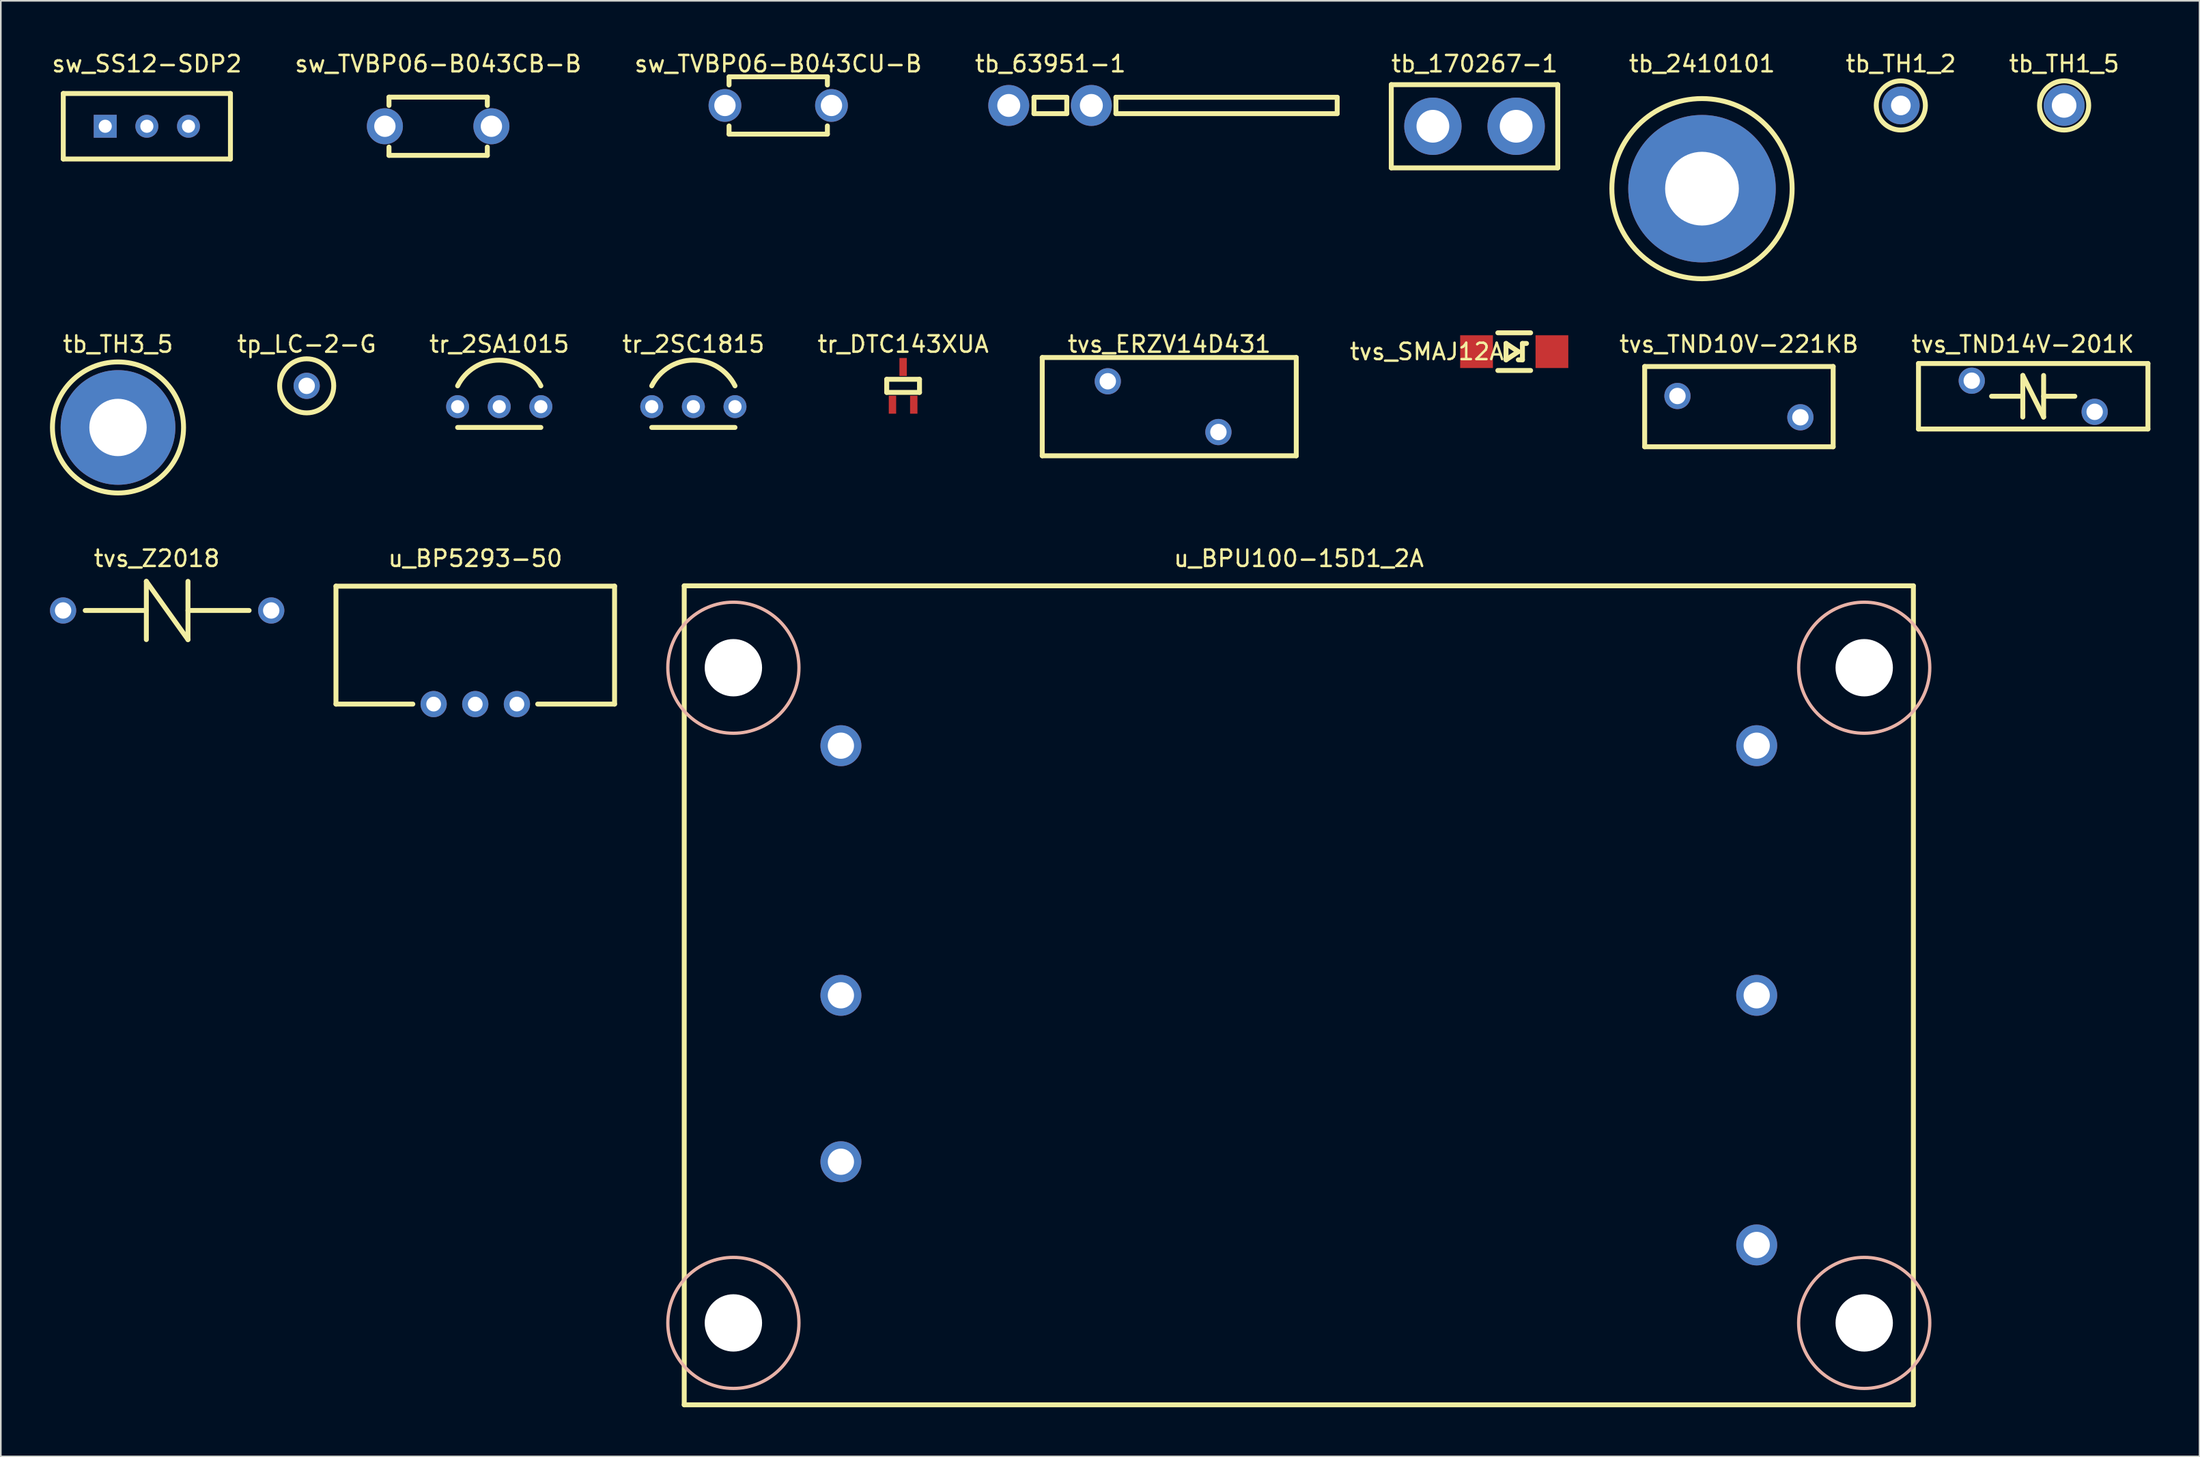
<source format=kicad_pcb>
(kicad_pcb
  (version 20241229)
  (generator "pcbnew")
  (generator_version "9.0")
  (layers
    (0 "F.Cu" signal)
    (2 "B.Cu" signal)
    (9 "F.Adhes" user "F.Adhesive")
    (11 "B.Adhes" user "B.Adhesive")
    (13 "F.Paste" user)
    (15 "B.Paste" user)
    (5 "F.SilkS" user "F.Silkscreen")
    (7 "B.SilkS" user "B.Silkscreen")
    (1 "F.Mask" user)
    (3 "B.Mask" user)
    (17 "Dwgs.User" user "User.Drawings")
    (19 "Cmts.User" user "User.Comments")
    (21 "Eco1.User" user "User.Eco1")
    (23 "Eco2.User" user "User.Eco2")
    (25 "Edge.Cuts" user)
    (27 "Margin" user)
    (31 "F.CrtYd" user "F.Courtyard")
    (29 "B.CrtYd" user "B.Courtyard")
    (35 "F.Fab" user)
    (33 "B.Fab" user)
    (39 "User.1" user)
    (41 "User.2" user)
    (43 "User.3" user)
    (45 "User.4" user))
  (footprint "tp_LC-2-G"
    (layer "F.Cu")
    (at 15.663 20.506)
    (property "Reference" "tp_LC-2-G" (at 0 -2.54 0) (layer "F.SilkS") (effects (font (size 1 1) (thickness 0.15))))
    (attr through_hole)
    (fp_circle (center 0 0) (end 1.65 0) (stroke (width 0.3) (type solid)) (fill no) (layer "F.SilkS"))
    (pad "1" thru_hole circle (at 0 0) (size 1.6 1.6) (drill 1) (layers "*.Cu" "*.Mask")))
  (footprint "tb_TH3_5"
    (layer "F.Cu")
    (at 4.15 23.047)
    (property "Reference" "tb_TH3_5" (at 0 -5.08 0) (layer "F.SilkS") (effects (font (size 1 1) (thickness 0.15))))
    (attr through_hole)
    (fp_circle (center 0 0) (end 4 0) (stroke (width 0.3) (type solid)) (fill no) (layer "F.SilkS"))
    (pad "1" thru_hole circle (at 0 0) (size 7 7) (drill 3.5) (layers "*.Cu" "*.Mask")))
  (footprint "u_BP5293-50"
    (layer "F.Cu")
    (at 25.95 39.935)
    (property "Reference" "u_BP5293-50" (at 0 -8.89 0) (layer "F.SilkS") (effects (font (size 1 1) (thickness 0.15))))
    (attr through_hole)
    (fp_line (start -8.5 -7.2) (end 8.5 -7.2) (stroke (width 0.3) (type solid)) (layer "F.SilkS"))
    (fp_line (start -8.5 0) (end -8.5 -7.2) (stroke (width 0.3) (type solid)) (layer "F.SilkS"))
    (fp_line (start -3.81 0) (end -8.5 0) (stroke (width 0.3) (type solid)) (layer "F.SilkS"))
    (fp_line (start 8.5 -7.2) (end 8.5 0) (stroke (width 0.3) (type solid)) (layer "F.SilkS"))
    (fp_line (start 8.5 0) (end 3.81 0) (stroke (width 0.3) (type solid)) (layer "F.SilkS"))
    (pad "1" thru_hole circle (at -2.54 0) (size 1.6 1.6) (drill 0.9) (layers "*.Cu" "*.Mask"))
    (pad "2" thru_hole circle (at 0 0) (size 1.6 1.6) (drill 0.9) (layers "*.Cu" "*.Mask"))
    (pad "3" thru_hole circle (at 2.54 0) (size 1.6 1.6) (drill 0.9) (layers "*.Cu" "*.Mask")))
  (footprint "tr_2SC1815"
    (layer "F.Cu")
    (at 39.258 21.776)
    (property "Reference" "tr_2SC1815" (at 0 -3.81 0) (layer "F.SilkS") (effects (font (size 1 1) (thickness 0.15))))
    (attr through_hole)
    (fp_line (start -2.54 1.27) (end 2.54 1.27) (stroke (width 0.3) (type solid)) (layer "F.SilkS"))
    (fp_arc (start -2.54 -1.27) (mid 0 -2.839806) (end 2.54 -1.27) (stroke (width 0.3) (type solid)) (layer "F.SilkS"))
    (pad "1" thru_hole circle (at -2.54 0) (size 1.4 1.4) (drill 0.8) (layers "*.Cu" "*.Mask"))
    (pad "2" thru_hole circle (at 0 0) (size 1.4 1.4) (drill 0.8) (layers "*.Cu" "*.Mask"))
    (pad "3" thru_hole circle (at 2.54 0) (size 1.4 1.4) (drill 0.8) (layers "*.Cu" "*.Mask")))
  (footprint "sw_TVBP06-B043CB-B"
    (layer "F.Cu")
    (at 23.685 4.658)
    (property "Reference" "sw_TVBP06-B043CB-B" (at 0 -3.81 0) (layer "F.SilkS") (effects (font (size 1 1) (thickness 0.15))))
    (attr through_hole)
    (fp_line (start -3 -1.778) (end 3 -1.778) (stroke (width 0.3) (type solid)) (layer "F.SilkS"))
    (fp_line (start -3 -1.27) (end -3 -1.778) (stroke (width 0.3) (type solid)) (layer "F.SilkS"))
    (fp_line (start -3 1.778) (end -3 1.27) (stroke (width 0.3) (type solid)) (layer "F.SilkS"))
    (fp_line (start 3 -1.778) (end 3 -1.27) (stroke (width 0.3) (type solid)) (layer "F.SilkS"))
    (fp_line (start 3 1.27) (end 3 1.778) (stroke (width 0.3) (type solid)) (layer "F.SilkS"))
    (fp_line (start 3 1.778) (end -3 1.778) (stroke (width 0.3) (type solid)) (layer "F.SilkS"))
    (pad "1" thru_hole circle (at -3.25 0 270) (size 2.2 2.2) (drill 1.3) (layers "*.Cu" "*.Mask"))
    (pad "2" thru_hole circle (at 3.25 0 270) (size 2.2 2.2) (drill 1.3) (layers "*.Cu" "*.Mask")))
  (footprint "tvs_ERZV14D431"
    (layer "F.Cu")
    (at 68.295 21.776)
    (property "Reference" "tvs_ERZV14D431" (at 0 -3.81 0) (layer "F.SilkS") (effects (font (size 1 1) (thickness 0.15))))
    (attr through_hole)
    (fp_line (start -7.75 -3) (end -7.75 3) (stroke (width 0.3) (type solid)) (layer "F.SilkS"))
    (fp_line (start -7.75 3) (end 7.75 3) (stroke (width 0.3) (type solid)) (layer "F.SilkS"))
    (fp_line (start 7.75 -3) (end -7.75 -3) (stroke (width 0.3) (type solid)) (layer "F.SilkS"))
    (fp_line (start 7.75 3) (end 7.75 -3) (stroke (width 0.3) (type solid)) (layer "F.SilkS"))
    (pad "1" thru_hole circle (at -3.75 -1.55) (size 1.6 1.6) (drill 1) (layers "*.Cu" "*.Mask"))
    (pad "2" thru_hole circle (at 3 1.55) (size 1.6 1.6) (drill 1) (layers "*.Cu" "*.Mask")))
  (footprint "tr_DTC143XUA"
    (layer "F.Cu")
    (at 52.056 20.506)
    (property "Reference" "tr_DTC143XUA" (at 0 -2.54 0) (layer "F.SilkS") (effects (font (size 1 1) (thickness 0.15))))
    (attr smd)
    (fp_line (start -1 -0.4) (end -1 0.4) (stroke (width 0.3) (type solid)) (layer "F.SilkS"))
    (fp_line (start -1 0.4) (end 1 0.4) (stroke (width 0.3) (type solid)) (layer "F.SilkS"))
    (fp_line (start 1 -0.4) (end -1 -0.4) (stroke (width 0.3) (type solid)) (layer "F.SilkS"))
    (fp_line (start 1 0.4) (end 1 -0.4) (stroke (width 0.3) (type solid)) (layer "F.SilkS"))
    (pad "1" smd rect (at 0.65 1.15) (size 0.45 1.1) (layers "F.Cu" "F.Mask" "F.Paste"))
    (pad "2" smd rect (at -0.65 1.15) (size 0.45 1.1) (layers "F.Cu" "F.Mask" "F.Paste"))
    (pad "3" smd rect (at 0 -1.15) (size 0.45 1.1) (layers "F.Cu" "F.Mask" "F.Paste")))
  (footprint "sw_TVBP06-B043CU-B"
    (layer "F.Cu")
    (at 44.435 3.388)
    (property "Reference" "sw_TVBP06-B043CU-B" (at 0 -2.54 0) (layer "F.SilkS") (effects (font (size 1 1) (thickness 0.15))))
    (attr through_hole)
    (fp_line (start -3 -1.75) (end -3 -1.25) (stroke (width 0.3) (type solid)) (layer "F.SilkS"))
    (fp_line (start -3 -1.75) (end 3 -1.75) (stroke (width 0.3) (type solid)) (layer "F.SilkS"))
    (fp_line (start -3 1.75) (end -3 1.25) (stroke (width 0.3) (type solid)) (layer "F.SilkS"))
    (fp_line (start -3 1.75) (end 3 1.75) (stroke (width 0.3) (type solid)) (layer "F.SilkS"))
    (fp_line (start 3 -1.75) (end 3 -1.25) (stroke (width 0.3) (type solid)) (layer "F.SilkS"))
    (fp_line (start 3 1.75) (end 3 1.25) (stroke (width 0.3) (type solid)) (layer "F.SilkS"))
    (pad "1" thru_hole circle (at -3.25 0) (size 2 2) (drill 1.3) (layers "*.Cu" "*.Mask"))
    (pad "2" thru_hole circle (at 3.25 0) (size 2 2) (drill 1.3) (layers "*.Cu" "*.Mask")))
  (footprint "tb_170267-1"
    (layer "F.Cu")
    (at 86.922 4.658)
    (property "Reference" "tb_170267-1" (at 0 -3.81 0) (layer "F.SilkS") (effects (font (size 1 1) (thickness 0.15))))
    (attr through_hole)
    (fp_line (start -5.08 -2.54) (end -5.08 2.54) (stroke (width 0.3) (type solid)) (layer "F.SilkS"))
    (fp_line (start -5.08 2.54) (end 5.08 2.54) (stroke (width 0.3) (type solid)) (layer "F.SilkS"))
    (fp_line (start 5.08 -2.54) (end -5.08 -2.54) (stroke (width 0.3) (type solid)) (layer "F.SilkS"))
    (fp_line (start 5.08 2.54) (end 5.08 -2.54) (stroke (width 0.3) (type solid)) (layer "F.SilkS"))
    (pad "1" thru_hole circle (at -2.54 0) (size 3.5 3.5) (drill 2) (layers "*.Cu" "*.Mask"))
    (pad "2" thru_hole circle (at 2.54 0) (size 3.5 3.5) (drill 2) (layers "*.Cu" "*.Mask")))
  (footprint "tb_TH1_5"
    (layer "F.Cu")
    (at 122.898 3.388)
    (property "Reference" "tb_TH1_5" (at 0 -2.54 0) (layer "F.SilkS") (effects (font (size 1 1) (thickness 0.15))))
    (attr through_hole)
    (fp_circle (center 0 0) (end 1.5 0) (stroke (width 0.3) (type solid)) (fill no) (layer "F.SilkS"))
    (pad "1" thru_hole circle (at 0 0) (size 2.5 2.5) (drill 1.5) (layers "*.Cu" "*.Mask")))
  (footprint "tvs_Z2018"
    (layer "F.Cu")
    (at 7.15 34.22)
    (property "Reference" "tvs_Z2018" (at -0.635 -3.175 0) (layer "F.SilkS") (effects (font (size 1 1) (thickness 0.15))))
    (attr through_hole)
    (fp_line (start -1.27 -1.778) (end -1.27 1.778) (stroke (width 0.3) (type solid)) (layer "F.SilkS"))
    (fp_line (start -1.27 -1.778) (end 1.27 1.778) (stroke (width 0.3) (type solid)) (layer "F.SilkS"))
    (fp_line (start -1.27 0) (end -5 0) (stroke (width 0.3) (type solid)) (layer "F.SilkS"))
    (fp_line (start 1.27 -1.778) (end 1.27 1.778) (stroke (width 0.3) (type solid)) (layer "F.SilkS"))
    (fp_line (start 1.27 0) (end 5 0) (stroke (width 0.3) (type solid)) (layer "F.SilkS"))
    (pad "1" thru_hole circle (at -6.35 0) (size 1.6 1.6) (drill 1) (layers "*.Cu" "*.Mask"))
    (pad "2" thru_hole circle (at 6.35 0) (size 1.6 1.6) (drill 1) (layers "*.Cu" "*.Mask")))
  (footprint "tb_TH1_2"
    (layer "F.Cu")
    (at 112.934 3.388)
    (property "Reference" "tb_TH1_2" (at 0 -2.54 0) (layer "F.SilkS") (effects (font (size 1 1) (thickness 0.15))))
    (attr through_hole)
    (fp_circle (center 0 0) (end 1.5 0) (stroke (width 0.3) (type solid)) (fill no) (layer "F.SilkS"))
    (pad "1" thru_hole circle (at 0 0) (size 2.3 2.3) (drill 1.2) (layers "*.Cu" "*.Mask")))
  (footprint "sw_SS12-SDP2"
    (layer "F.Cu")
    (at 5.911 4.658)
    (property "Reference" "sw_SS12-SDP2" (at 0 -3.81 0) (layer "F.SilkS") (effects (font (size 1 1) (thickness 0.15))))
    (attr through_hole)
    (fp_line (start -5.1 -2) (end -5.1 2) (stroke (width 0.3) (type solid)) (layer "F.SilkS"))
    (fp_line (start -5.1 2) (end 5.1 2) (stroke (width 0.3) (type solid)) (layer "F.SilkS"))
    (fp_line (start 5.1 -2) (end -5.1 -2) (stroke (width 0.3) (type solid)) (layer "F.SilkS"))
    (fp_line (start 5.1 -2) (end 5.1 2) (stroke (width 0.3) (type solid)) (layer "F.SilkS"))
    (pad "1" thru_hole rect (at -2.54 0) (size 1.4 1.4) (drill 0.8) (layers "*.Cu" "*.Mask"))
    (pad "2" thru_hole circle (at 0 0) (size 1.4 1.4) (drill 0.8) (layers "*.Cu" "*.Mask"))
    (pad "3" thru_hole circle (at 2.54 0) (size 1.4 1.4) (drill 0.8) (layers "*.Cu" "*.Mask")))
  (footprint "tvs_TND10V-221KB"
    (layer "F.Cu")
    (at 103.055 21.776)
    (property "Reference" "tvs_TND10V-221KB" (at 0 -3.81 0) (layer "F.SilkS") (effects (font (size 1 1) (thickness 0.15))))
    (attr through_hole)
    (fp_line (start -5.75 -2.45) (end -5.75 2.45) (stroke (width 0.3) (type solid)) (layer "F.SilkS"))
    (fp_line (start -5.75 2.45) (end 5.75 2.45) (stroke (width 0.3) (type solid)) (layer "F.SilkS"))
    (fp_line (start 5.75 -2.45) (end -5.75 -2.45) (stroke (width 0.3) (type solid)) (layer "F.SilkS"))
    (fp_line (start 5.75 2.45) (end 5.75 -2.45) (stroke (width 0.3) (type solid)) (layer "F.SilkS"))
    (pad "1" thru_hole circle (at -3.75 -0.65) (size 1.6 1.6) (drill 1) (layers "*.Cu" "*.Mask"))
    (pad "2" thru_hole circle (at 3.75 0.65) (size 1.6 1.6) (drill 1) (layers "*.Cu" "*.Mask")))
  (footprint "tb_2410101"
    (layer "F.Cu")
    (at 100.802 8.468)
    (property "Reference" "tb_2410101" (at 0 -7.62 0) (layer "F.SilkS") (effects (font (size 1 1) (thickness 0.15))))
    (attr through_hole)
    (fp_circle (center 0 0) (end 5.5 0) (stroke (width 0.3) (type solid)) (fill no) (layer "F.SilkS"))
    (pad "1" thru_hole circle (at 0 0) (size 9 9) (drill 4.5) (layers "*.Cu" "*.Mask")))
  (footprint "tb_63951-1"
    (layer "F.Cu")
    (at 61.042 3.388)
    (property "Reference" "tb_63951-1" (at 0 -2.54 0) (layer "F.SilkS") (effects (font (size 1 1) (thickness 0.15))))
    (attr through_hole)
    (fp_line (start -1 -0.5) (end -1 0.5) (stroke (width 0.3) (type solid)) (layer "F.SilkS"))
    (fp_line (start -1 0.5) (end 1 0.5) (stroke (width 0.3) (type solid)) (layer "F.SilkS"))
    (fp_line (start 1 -0.5) (end -1 -0.5) (stroke (width 0.3) (type solid)) (layer "F.SilkS"))
    (fp_line (start 1 0.5) (end 1 -0.5) (stroke (width 0.3) (type solid)) (layer "F.SilkS"))
    (fp_line (start 4 -0.5) (end 4 0.5) (stroke (width 0.3) (type solid)) (layer "F.SilkS"))
    (fp_line (start 4 0.5) (end 17.5 0.5) (stroke (width 0.3) (type solid)) (layer "F.SilkS"))
    (fp_line (start 17.5 -0.5) (end 4 -0.5) (stroke (width 0.3) (type solid)) (layer "F.SilkS"))
    (fp_line (start 17.5 0.5) (end 17.5 -0.5) (stroke (width 0.3) (type solid)) (layer "F.SilkS"))
    (pad "1" thru_hole circle (at -2.54 0) (size 2.5 2.5) (drill 1.4) (layers "*.Cu" "*.Mask"))
    (pad "1" thru_hole circle (at 2.5 0) (size 2.5 2.5) (drill 1.4) (layers "*.Cu" "*.Mask")))
  (footprint "tvs_TND14V-201K"
    (layer "F.Cu")
    (at 121.012 21.142)
    (property "Reference" "tvs_TND14V-201K" (at -0.635 -3.175 0) (layer "F.SilkS") (effects (font (size 1 1) (thickness 0.15))))
    (attr through_hole)
    (fp_line (start -7 -2) (end -7 2) (stroke (width 0.3) (type solid)) (layer "F.SilkS"))
    (fp_line (start -7 2) (end 7 2) (stroke (width 0.3) (type solid)) (layer "F.SilkS"))
    (fp_line (start -0.635 -1.27) (end -0.635 1.27) (stroke (width 0.3) (type solid)) (layer "F.SilkS"))
    (fp_line (start -0.635 -1.27) (end 0.635 1.27) (stroke (width 0.3) (type solid)) (layer "F.SilkS"))
    (fp_line (start -0.635 0) (end -2.54 0) (stroke (width 0.3) (type solid)) (layer "F.SilkS"))
    (fp_line (start 0.635 -1.27) (end 0.635 1.27) (stroke (width 0.3) (type solid)) (layer "F.SilkS"))
    (fp_line (start 0.635 0) (end 2.54 0) (stroke (width 0.3) (type solid)) (layer "F.SilkS"))
    (fp_line (start 7 -2) (end -7 -2) (stroke (width 0.3) (type solid)) (layer "F.SilkS"))
    (fp_line (start 7 2) (end 7 -2) (stroke (width 0.3) (type solid)) (layer "F.SilkS"))
    (pad "1" thru_hole circle (at -3.75 -0.95) (size 1.6 1.6) (drill 1) (layers "*.Cu" "*.Mask"))
    (pad "2" thru_hole circle (at 3.75 0.95) (size 1.6 1.6) (drill 1) (layers "*.Cu" "*.Mask")))
  (footprint "tvs_SMAJ12A"
    (layer "F.Cu")
    (at 89.345 18.418)
    (property "Reference" "tvs_SMAJ12A" (at -5.334 0 0) (layer "F.SilkS") (effects (font (size 1 1) (thickness 0.15))))
    (attr smd)
    (fp_line (start -1 -1.15) (end 1 -1.15) (stroke (width 0.3) (type solid)) (layer "F.SilkS"))
    (fp_line (start -1 1.15) (end 1 1.15) (stroke (width 0.3) (type solid)) (layer "F.SilkS"))
    (fp_line (start -0.5 -0.5) (end -0.5 0.5) (stroke (width 0.3) (type solid)) (layer "F.SilkS"))
    (fp_line (start -0.5 0.5) (end 0.25 0) (stroke (width 0.3) (type solid)) (layer "F.SilkS"))
    (fp_line (start 0.25 0) (end -0.5 -0.5) (stroke (width 0.3) (type solid)) (layer "F.SilkS"))
    (fp_line (start 0.25 0.5) (end 0.5 0.5) (stroke (width 0.3) (type solid)) (layer "F.SilkS"))
    (fp_line (start 0.5 -0.5) (end 0.75 -0.5) (stroke (width 0.3) (type solid)) (layer "F.SilkS"))
    (fp_line (start 0.5 0.5) (end 0.5 -0.5) (stroke (width 0.3) (type solid)) (layer "F.SilkS"))
    (pad "1" smd rect (at -2.3 0) (size 2 2) (layers "F.Cu" "F.Mask" "F.Paste"))
    (pad "2" smd rect (at 2.3 0) (size 2 2) (layers "F.Cu" "F.Mask" "F.Paste")))
  (footprint "u_BPU100-15D1_2A"
    (layer "F.Cu")
    (at 76.2 57.715)
    (property "Reference" "u_BPU100-15D1_2A" (at 0 -26.67 0) (layer "F.SilkS") (effects (font (size 1 1) (thickness 0.15))))
    (attr through_hole)
    (fp_line (start -37.5 -25) (end -37.5 25) (stroke (width 0.3) (type solid)) (layer "F.SilkS"))
    (fp_line (start -37.5 25) (end 37.5 25) (stroke (width 0.3) (type solid)) (layer "F.SilkS"))
    (fp_line (start 37.5 -25) (end -37.5 -25) (stroke (width 0.3) (type solid)) (layer "F.SilkS"))
    (fp_line (start 37.5 25) (end 37.5 -25) (stroke (width 0.3) (type solid)) (layer "F.SilkS"))
    (fp_circle (center -34.5 -20) (end -38.5 -20) (stroke (width 0.2) (type solid)) (fill no) (layer "B.SilkS"))
    (fp_circle (center -34.5 20) (end -38.5 20) (stroke (width 0.2) (type solid)) (fill no) (layer "B.SilkS"))
    (fp_circle (center 34.5 -20) (end 38.5 -20) (stroke (width 0.2) (type solid)) (fill no) (layer "B.SilkS"))
    (fp_circle (center 34.5 20) (end 38.5 20) (stroke (width 0.2) (type solid)) (fill no) (layer "B.SilkS"))
    (pad "" np_thru_hole circle (at -34.5 -20) (size 3.5 3.5) (drill 3.5) (layers "*.Cu" "*.Mask"))
    (pad "" np_thru_hole circle (at -34.5 20) (size 3.5 3.5) (drill 3.5) (layers "*.Cu" "*.Mask"))
    (pad "" np_thru_hole circle (at 34.5 -20) (size 3.5 3.5) (drill 3.5) (layers "*.Cu" "*.Mask"))
    (pad "" np_thru_hole circle (at 34.5 20) (size 3.5 3.5) (drill 3.5) (layers "*.Cu" "*.Mask"))
    (pad "1" thru_hole circle (at -27.94 -15.24) (size 2.5 2.5) (drill 1.6) (layers "*.Mask" "B.Cu"))
    (pad "2" thru_hole circle (at -27.94 0) (size 2.5 2.5) (drill 1.6) (layers "*.Mask" "B.Cu"))
    (pad "3" thru_hole circle (at -27.94 10.16) (size 2.5 2.5) (drill 1.6) (layers "*.Mask" "B.Cu"))
    (pad "4" thru_hole circle (at 27.94 -15.24) (size 2.5 2.5) (drill 1.6) (layers "*.Mask" "B.Cu"))
    (pad "5" thru_hole circle (at 27.94 0) (size 2.5 2.5) (drill 1.6) (layers "*.Mask" "B.Cu"))
    (pad "6" thru_hole circle (at 27.94 15.24) (size 2.5 2.5) (drill 1.6) (layers "*.Mask" "B.Cu")))
  (footprint "tr_2SA1015"
    (layer "F.Cu")
    (at 27.413 21.776)
    (property "Reference" "tr_2SA1015" (at 0 -3.81 0) (layer "F.SilkS") (effects (font (size 1 1) (thickness 0.15))))
    (attr through_hole)
    (fp_line (start -2.54 1.27) (end 2.54 1.27) (stroke (width 0.3) (type solid)) (layer "F.SilkS"))
    (fp_arc (start -2.54 -1.27) (mid 0 -2.839806) (end 2.54 -1.27) (stroke (width 0.3) (type solid)) (layer "F.SilkS"))
    (pad "1" thru_hole circle (at -2.54 0) (size 1.4 1.4) (drill 0.8) (layers "*.Cu" "*.Mask"))
    (pad "2" thru_hole circle (at 0 0) (size 1.4 1.4) (drill 0.8) (layers "*.Cu" "*.Mask"))
    (pad "3" thru_hole circle (at 2.54 0) (size 1.4 1.4) (drill 0.8) (layers "*.Cu" "*.Mask")))
  (gr_rect
    (start -3 -3)
    (end 131.162 85.865)
    (stroke (width 0.1) (type default))
    (fill no)
    (layer "Edge.Cuts")))
</source>
